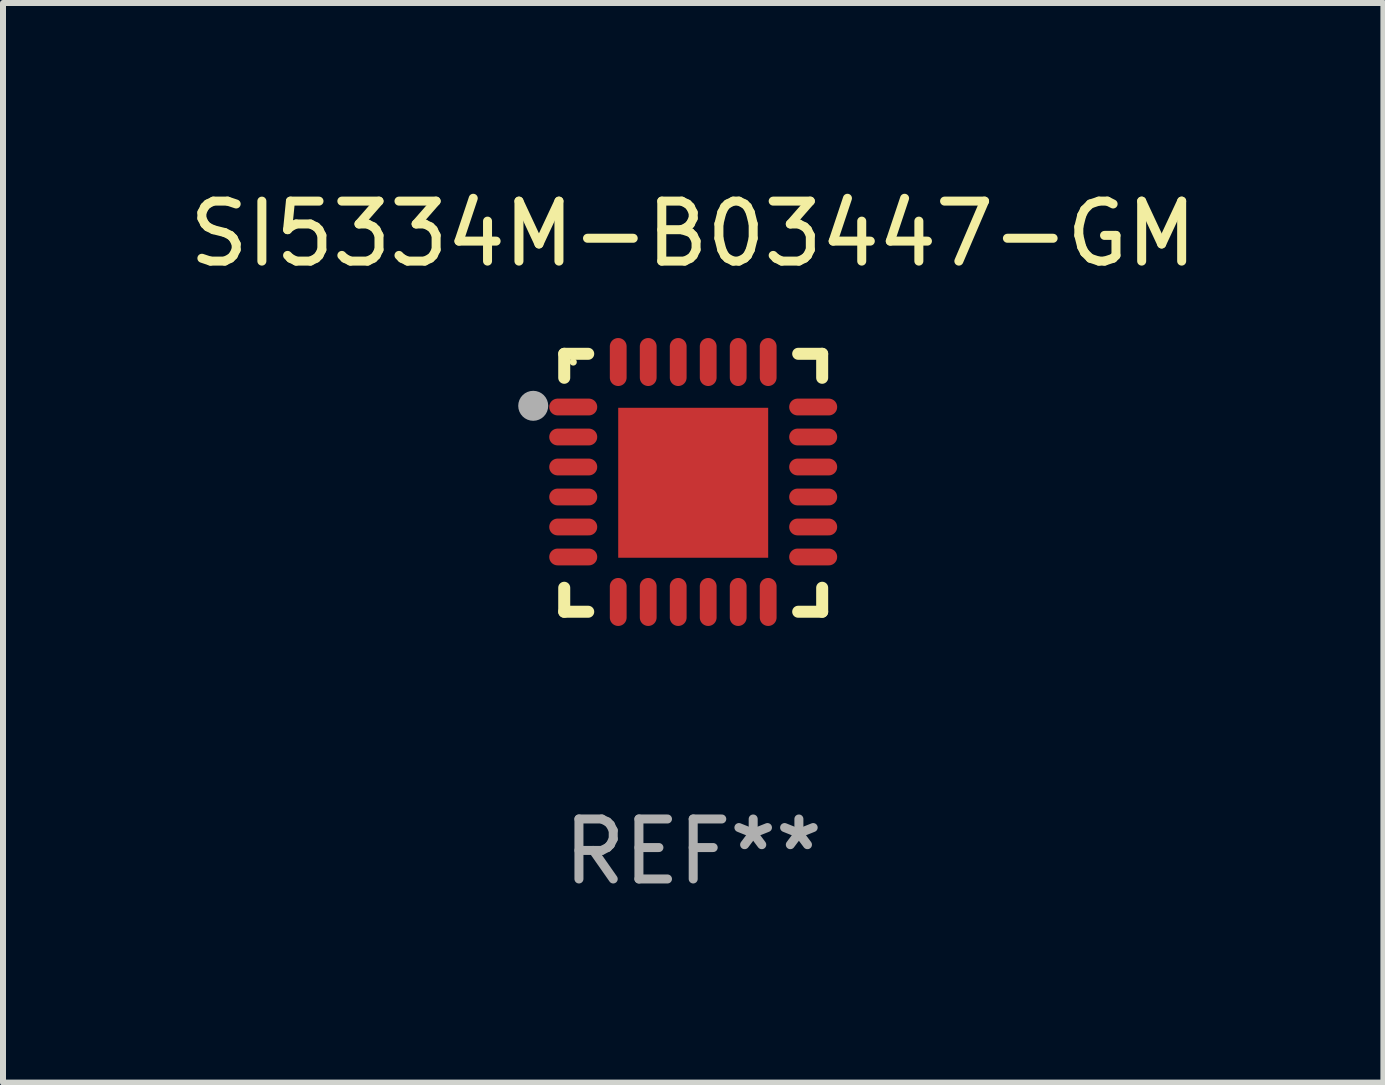
<source format=kicad_pcb>
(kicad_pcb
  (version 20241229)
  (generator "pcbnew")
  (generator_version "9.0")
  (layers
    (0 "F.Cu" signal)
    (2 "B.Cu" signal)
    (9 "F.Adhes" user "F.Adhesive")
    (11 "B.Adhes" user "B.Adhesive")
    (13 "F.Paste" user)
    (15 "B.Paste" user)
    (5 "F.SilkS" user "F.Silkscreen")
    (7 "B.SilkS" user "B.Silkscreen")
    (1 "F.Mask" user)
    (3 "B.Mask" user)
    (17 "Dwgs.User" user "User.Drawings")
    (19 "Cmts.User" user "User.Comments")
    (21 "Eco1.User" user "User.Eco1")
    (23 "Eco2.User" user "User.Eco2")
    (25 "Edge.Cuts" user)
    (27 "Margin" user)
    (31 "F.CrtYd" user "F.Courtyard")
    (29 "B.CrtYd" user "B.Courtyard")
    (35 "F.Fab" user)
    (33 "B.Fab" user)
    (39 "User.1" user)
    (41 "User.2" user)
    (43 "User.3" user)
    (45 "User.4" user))
  (footprint "SI5334M-B03447-GM"
    (layer "F.Cu")
    (at 8.506 4.998)
    (property "Reference" "SI5334M-B03447-GM" (at 0 -4.15 0) (layer "F.SilkS") (effects (font (size 1 1) (thickness 0.15))))
    (attr through_hole)
    (fp_line (start -2.15 -2.15) (end -1.75 -2.15) (stroke (width 0.2) (type solid)) (layer "F.SilkS"))
    (fp_line (start -2.15 -1.75) (end -2.15 -2.15) (stroke (width 0.2) (type solid)) (layer "F.SilkS"))
    (fp_line (start -2.15 2.15) (end -2.15 1.75) (stroke (width 0.2) (type solid)) (layer "F.SilkS"))
    (fp_line (start -1.75 2.15) (end -2.15 2.15) (stroke (width 0.2) (type solid)) (layer "F.SilkS"))
    (fp_line (start 1.75 -2.15) (end 2.15 -2.15) (stroke (width 0.2) (type solid)) (layer "F.SilkS"))
    (fp_line (start 1.75 2.15) (end 2.15 2.15) (stroke (width 0.2) (type solid)) (layer "F.SilkS"))
    (fp_line (start 2.15 -2.15) (end 2.15 -1.75) (stroke (width 0.2) (type solid)) (layer "F.SilkS"))
    (fp_line (start 2.15 2.15) (end 2.15 1.75) (stroke (width 0.2) (type solid)) (layer "F.SilkS"))
    (fp_circle (center -2 -2.013) (end -1.97 -2.013) (stroke (width 0.06) (type solid)) (fill no) (layer "F.SilkS"))
    (fp_circle (center -2.667 -1.283) (end -2.542 -1.283) (stroke (width 0.25) (type solid)) (fill no) (layer "F.Fab"))
    (fp_text user "REF**" (at 0 6.15 0) (layer "F.Fab") (effects (font (size 1 1) (thickness 0.15))))
    (pad "1" smd oval (at -2 -1.263) (size 0.8 0.28) (layers "F.Cu" "F.Mask" "F.Paste"))
    (pad "2" smd oval (at -2 -0.763) (size 0.8 0.28) (layers "F.Cu" "F.Mask" "F.Paste"))
    (pad "3" smd oval (at -2 -0.263) (size 0.8 0.28) (layers "F.Cu" "F.Mask" "F.Paste"))
    (pad "4" smd oval (at -2 0.237) (size 0.8 0.28) (layers "F.Cu" "F.Mask" "F.Paste"))
    (pad "5" smd oval (at -2 0.737) (size 0.8 0.28) (layers "F.Cu" "F.Mask" "F.Paste"))
    (pad "6" smd oval (at -2 1.237) (size 0.8 0.28) (layers "F.Cu" "F.Mask" "F.Paste"))
    (pad "7" smd oval (at -1.25 1.987) (size 0.28 0.8) (layers "F.Cu" "F.Mask" "F.Paste"))
    (pad "8" smd oval (at -0.75 1.987) (size 0.28 0.8) (layers "F.Cu" "F.Mask" "F.Paste"))
    (pad "9" smd oval (at -0.25 1.987) (size 0.28 0.8) (layers "F.Cu" "F.Mask" "F.Paste"))
    (pad "10" smd oval (at 0.25 1.987) (size 0.28 0.8) (layers "F.Cu" "F.Mask" "F.Paste"))
    (pad "11" smd oval (at 0.75 1.987) (size 0.28 0.8) (layers "F.Cu" "F.Mask" "F.Paste"))
    (pad "12" smd oval (at 1.25 1.987) (size 0.28 0.8) (layers "F.Cu" "F.Mask" "F.Paste"))
    (pad "13" smd oval (at 2 1.237) (size 0.8 0.28) (layers "F.Cu" "F.Mask" "F.Paste"))
    (pad "14" smd oval (at 2 0.737) (size 0.8 0.28) (layers "F.Cu" "F.Mask" "F.Paste"))
    (pad "15" smd oval (at 2 0.237) (size 0.8 0.28) (layers "F.Cu" "F.Mask" "F.Paste"))
    (pad "16" smd oval (at 2 -0.263) (size 0.8 0.28) (layers "F.Cu" "F.Mask" "F.Paste"))
    (pad "17" smd oval (at 2 -0.763) (size 0.8 0.28) (layers "F.Cu" "F.Mask" "F.Paste"))
    (pad "18" smd oval (at 2 -1.263) (size 0.8 0.28) (layers "F.Cu" "F.Mask" "F.Paste"))
    (pad "19" smd oval (at 1.25 -2.013) (size 0.28 0.8) (layers "F.Cu" "F.Mask" "F.Paste"))
    (pad "20" smd oval (at 0.75 -2.013) (size 0.28 0.8) (layers "F.Cu" "F.Mask" "F.Paste"))
    (pad "21" smd oval (at 0.25 -2.013) (size 0.28 0.8) (layers "F.Cu" "F.Mask" "F.Paste"))
    (pad "22" smd oval (at -0.25 -2.013) (size 0.28 0.8) (layers "F.Cu" "F.Mask" "F.Paste"))
    (pad "23" smd oval (at -0.75 -2.013) (size 0.28 0.8) (layers "F.Cu" "F.Mask" "F.Paste"))
    (pad "24" smd oval (at -1.25 -2.013) (size 0.28 0.8) (layers "F.Cu" "F.Mask" "F.Paste"))
    (pad "25" smd rect (at -0.000127 -0.00014) (size 2.5 2.5) (layers "F.Cu" "F.Mask" "F.Paste")))
  (gr_rect
    (start -3 -3)
    (end 20.012 14.997)
    (stroke (width 0.1) (type default))
    (fill no)
    (layer "Edge.Cuts")))
</source>
